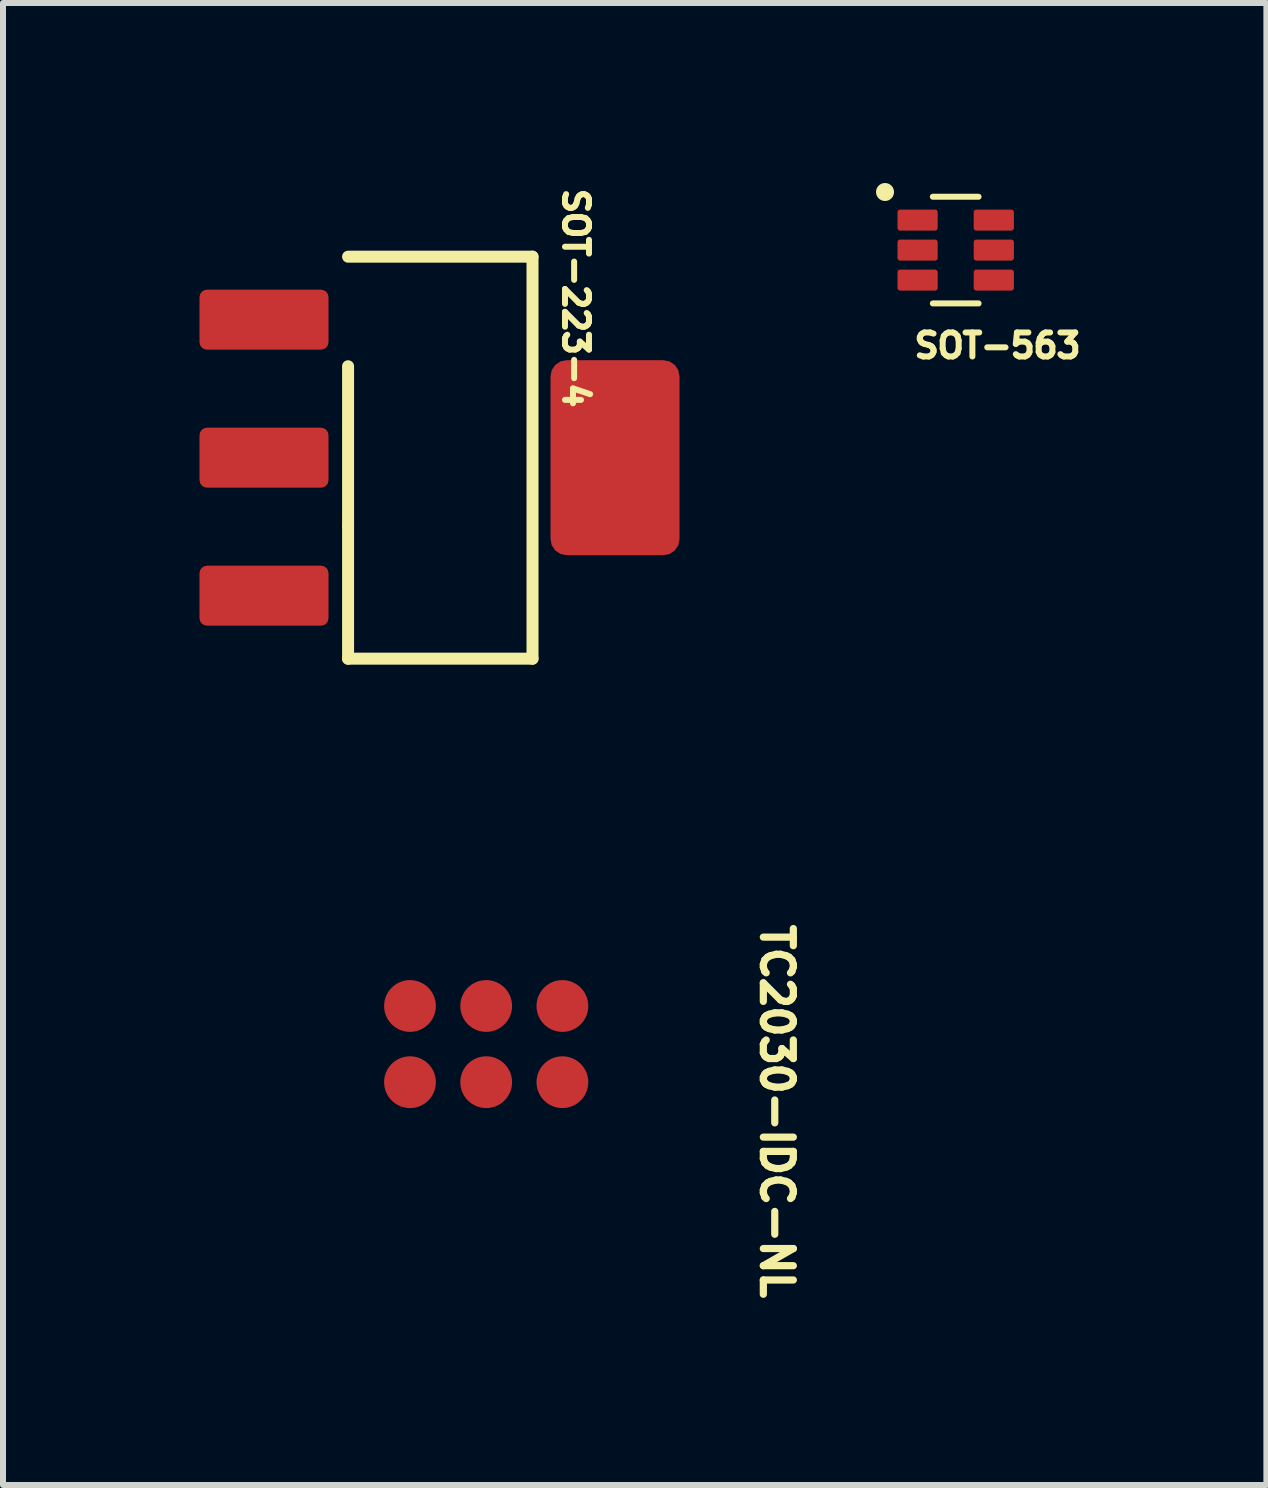
<source format=kicad_pcb>
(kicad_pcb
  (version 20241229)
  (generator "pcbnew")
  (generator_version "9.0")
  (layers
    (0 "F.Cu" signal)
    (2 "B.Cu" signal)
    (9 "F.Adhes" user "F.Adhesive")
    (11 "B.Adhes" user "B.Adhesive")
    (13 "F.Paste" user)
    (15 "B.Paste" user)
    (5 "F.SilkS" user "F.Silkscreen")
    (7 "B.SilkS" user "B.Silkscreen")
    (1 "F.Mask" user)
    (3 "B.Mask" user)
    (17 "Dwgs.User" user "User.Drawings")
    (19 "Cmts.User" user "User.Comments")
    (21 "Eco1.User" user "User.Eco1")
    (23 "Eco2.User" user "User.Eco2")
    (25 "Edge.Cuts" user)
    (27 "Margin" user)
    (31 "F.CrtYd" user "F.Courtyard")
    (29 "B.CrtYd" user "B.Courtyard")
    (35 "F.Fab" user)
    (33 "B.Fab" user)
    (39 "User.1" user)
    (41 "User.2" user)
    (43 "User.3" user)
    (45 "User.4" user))
  (footprint "SOT-563"
    (layer "F.Cu")
    (at 12.878 1.118)
    (property "Reference" "SOT-563" (at 0.697 1.593 0) (unlocked yes) (layer "F.SilkS") (effects (font (size 0.4 0.4) (thickness 0.1))))
    (fp_line (start -0.381 -0.889) (end 0.381 -0.889) (stroke (width 0.1) (type solid)) (layer "F.SilkS"))
    (fp_line (start -0.381 0.889) (end 0.381 0.889) (stroke (width 0.1) (type solid)) (layer "F.SilkS"))
    (fp_circle (center -1.178 -0.968) (end -1.178 -1.043) (stroke (width 0.15) (type solid)) (fill no) (layer "F.SilkS"))
    (fp_line (start -1.225 -1.05) (end 1.225 -1.05) (stroke (width 0.05) (type solid)) (layer "User.2"))
    (fp_line (start -1.225 1.05) (end -1.225 -1.05) (stroke (width 0.05) (type solid)) (layer "User.2"))
    (fp_line (start -1.225 1.05) (end 1.225 1.05) (stroke (width 0.05) (type solid)) (layer "User.2"))
    (fp_line (start 1.225 1.05) (end 1.225 -1.05) (stroke (width 0.05) (type solid)) (layer "User.2"))
    (fp_line (start -0.254 0) (end 0.254 0) (stroke (width 0.1) (type solid)) (layer "User.3"))
    (fp_line (start 0 0.254) (end 0 -0.254) (stroke (width 0.1) (type solid)) (layer "User.3"))
    (fp_line (start -0.625 -0.8) (end 0.625 -0.8) (stroke (width 0.1) (type solid)) (layer "User.4"))
    (fp_line (start -0.625 0.8) (end -0.625 -0.8) (stroke (width 0.1) (type solid)) (layer "User.4"))
    (fp_line (start -0.625 0.8) (end 0.625 0.8) (stroke (width 0.1) (type solid)) (layer "User.4"))
    (fp_line (start 0.625 0.8) (end 0.625 -0.8) (stroke (width 0.1) (type solid)) (layer "User.4"))
    (fp_poly (pts (xy -0.889 -0.635) (xy -0.381 -0.635) (xy -0.381 -0.381) (xy -0.889 -0.381)) (stroke (width 0.1) (type default)) (fill no) (layer "User.6"))
    (pad "1" smd roundrect (at -0.635 -0.5 90) (size 0.35 0.67) (layers "F.Cu" "F.Mask" "F.Paste") (roundrect_rratio 0.125))
    (pad "2" smd roundrect (at -0.635 0 90) (size 0.35 0.67) (layers "F.Cu" "F.Mask" "F.Paste") (roundrect_rratio 0.125))
    (pad "3" smd roundrect (at -0.635 0.5 90) (size 0.35 0.67) (layers "F.Cu" "F.Mask" "F.Paste") (roundrect_rratio 0.125))
    (pad "4" smd roundrect (at 0.635 0.5 90) (size 0.35 0.67) (layers "F.Cu" "F.Mask" "F.Paste") (roundrect_rratio 0.125))
    (pad "5" smd roundrect (at 0.635 0 90) (size 0.35 0.67) (layers "F.Cu" "F.Mask" "F.Paste") (roundrect_rratio 0.125))
    (pad "6" smd roundrect (at 0.635 -0.5 90) (size 0.35 0.67) (layers "F.Cu" "F.Mask" "F.Paste") (roundrect_rratio 0.125)))
  (footprint "SOT-223-4"
    (layer "F.Cu")
    (at 4.275 4.578)
    (property "Reference" "SOT-223-4" (at 2.271 -2.659 270) (unlocked yes) (layer "F.SilkS") (effects (font (size 0.4 0.4) (thickness 0.1))))
    (fp_line (start -1.524 -1.524) (end -1.524 1.143) (stroke (width 0.2) (type solid)) (layer "F.SilkS"))
    (fp_line (start -1.524 1.143) (end -1.524 3.35) (stroke (width 0.2) (type solid)) (layer "F.SilkS"))
    (fp_line (start 1.55 -3.35) (end -1.524 -3.35) (stroke (width 0.2) (type solid)) (layer "F.SilkS"))
    (fp_line (start 1.55 -3.35) (end 1.55 3.35) (stroke (width 0.2) (type solid)) (layer "F.SilkS"))
    (fp_line (start 1.55 3.35) (end -1.524 3.35) (stroke (width 0.2) (type solid)) (layer "F.SilkS"))
    (fp_line (start -4.25 -3.6) (end -4.25 3.6) (stroke (width 0.05) (type solid)) (layer "User.2"))
    (fp_line (start 4.25 -3.6) (end -4.25 -3.6) (stroke (width 0.05) (type solid)) (layer "User.2"))
    (fp_line (start 4.25 -3.6) (end 4.25 3.6) (stroke (width 0.05) (type solid)) (layer "User.2"))
    (fp_line (start 4.25 3.6) (end -4.25 3.6) (stroke (width 0.05) (type solid)) (layer "User.2"))
    (fp_line (start 0 -0.5) (end 0 0.5) (stroke (width 0.05) (type solid)) (layer "User.3"))
    (fp_line (start 0.5 0) (end -0.5 0) (stroke (width 0.05) (type solid)) (layer "User.3"))
    (fp_poly (pts (xy -3.937 -2.667) (xy -1.905 -2.667) (xy -1.905 -1.905) (xy -3.937 -1.905)) (stroke (width 0.1) (type default)) (fill no) (layer "User.6"))
    (pad "1" smd roundrect (at -2.925 -2.3 90) (size 1 2.15) (layers "F.Cu" "F.Mask" "F.Paste") (roundrect_rratio 0.125))
    (pad "2" smd roundrect (at -2.925 0 90) (size 1 2.15) (layers "F.Cu" "F.Mask" "F.Paste") (roundrect_rratio 0.125))
    (pad "3" smd roundrect (at -2.925 2.3 90) (size 1 2.15) (layers "F.Cu" "F.Mask" "F.Paste") (roundrect_rratio 0.125))
    (pad "4" smd roundrect (at 2.925 0 90) (size 3.25 2.15) (layers "F.Cu" "F.Mask" "F.Paste") (roundrect_rratio 0.125)))
  (footprint "TC2030-IDC-NL"
    (layer "F.Cu")
    (at 5.053 14.351)
    (property "Reference" "TC2030-IDC-NL" (at 4.844 1.122 270) (unlocked yes) (layer "F.SilkS") (effects (font (size 0.5 0.5) (thickness 0.12))))
    (fp_line (start -0.2 0) (end 0.2 0) (stroke (width 0.05) (type solid)) (layer "User.5"))
    (fp_line (start 0 0.2) (end 0 -0.2) (stroke (width 0.05) (type solid)) (layer "User.5"))
    (fp_line (start -4.953 -3.048) (end 4.953 -3.048) (stroke (width 0.2) (type solid)) (layer "User.14"))
    (fp_line (start -4.953 3.048) (end -4.953 -3.048) (stroke (width 0.2) (type solid)) (layer "User.14"))
    (fp_line (start -4.953 3.048) (end 4.953 3.048) (stroke (width 0.2) (type solid)) (layer "User.14"))
    (fp_line (start 4.953 3.048) (end 4.953 -3.048) (stroke (width 0.2) (type solid)) (layer "User.14"))
    (pad "" np_thru_hole circle (at -2.54 0) (size 0.001 0.001) (drill 0.991) (layers "*.Cu" "*.Mask"))
    (pad "" np_thru_hole circle (at 2.54 -1.016) (size 0.001 0.001) (drill 0.991) (layers "*.Cu" "*.Mask"))
    (pad "" np_thru_hole circle (at 2.54 1.016) (size 0.001 0.001) (drill 0.991) (layers "*.Cu" "*.Mask"))
    (pad "1" smd circle (at -1.27 0.635) (size 0.863 0.863) (layers "F.Cu" "F.Mask" "F.Paste"))
    (pad "2" smd circle (at -1.27 -0.635) (size 0.863 0.863) (layers "F.Cu" "F.Mask" "F.Paste"))
    (pad "3" smd circle (at 0 0.635) (size 0.863 0.863) (layers "F.Cu" "F.Mask" "F.Paste"))
    (pad "4" smd circle (at 0 -0.635) (size 0.863 0.863) (layers "F.Cu" "F.Mask" "F.Paste"))
    (pad "5" smd circle (at 1.27 0.635) (size 0.863 0.863) (layers "F.Cu" "F.Mask" "F.Paste"))
    (pad "6" smd circle (at 1.27 -0.635) (size 0.863 0.863) (layers "F.Cu" "F.Mask" "F.Paste")))
  (gr_rect
    (start -3 -3)
    (end 18.056 21.699)
    (stroke (width 0.1) (type default))
    (fill no)
    (layer "Edge.Cuts")))
</source>
